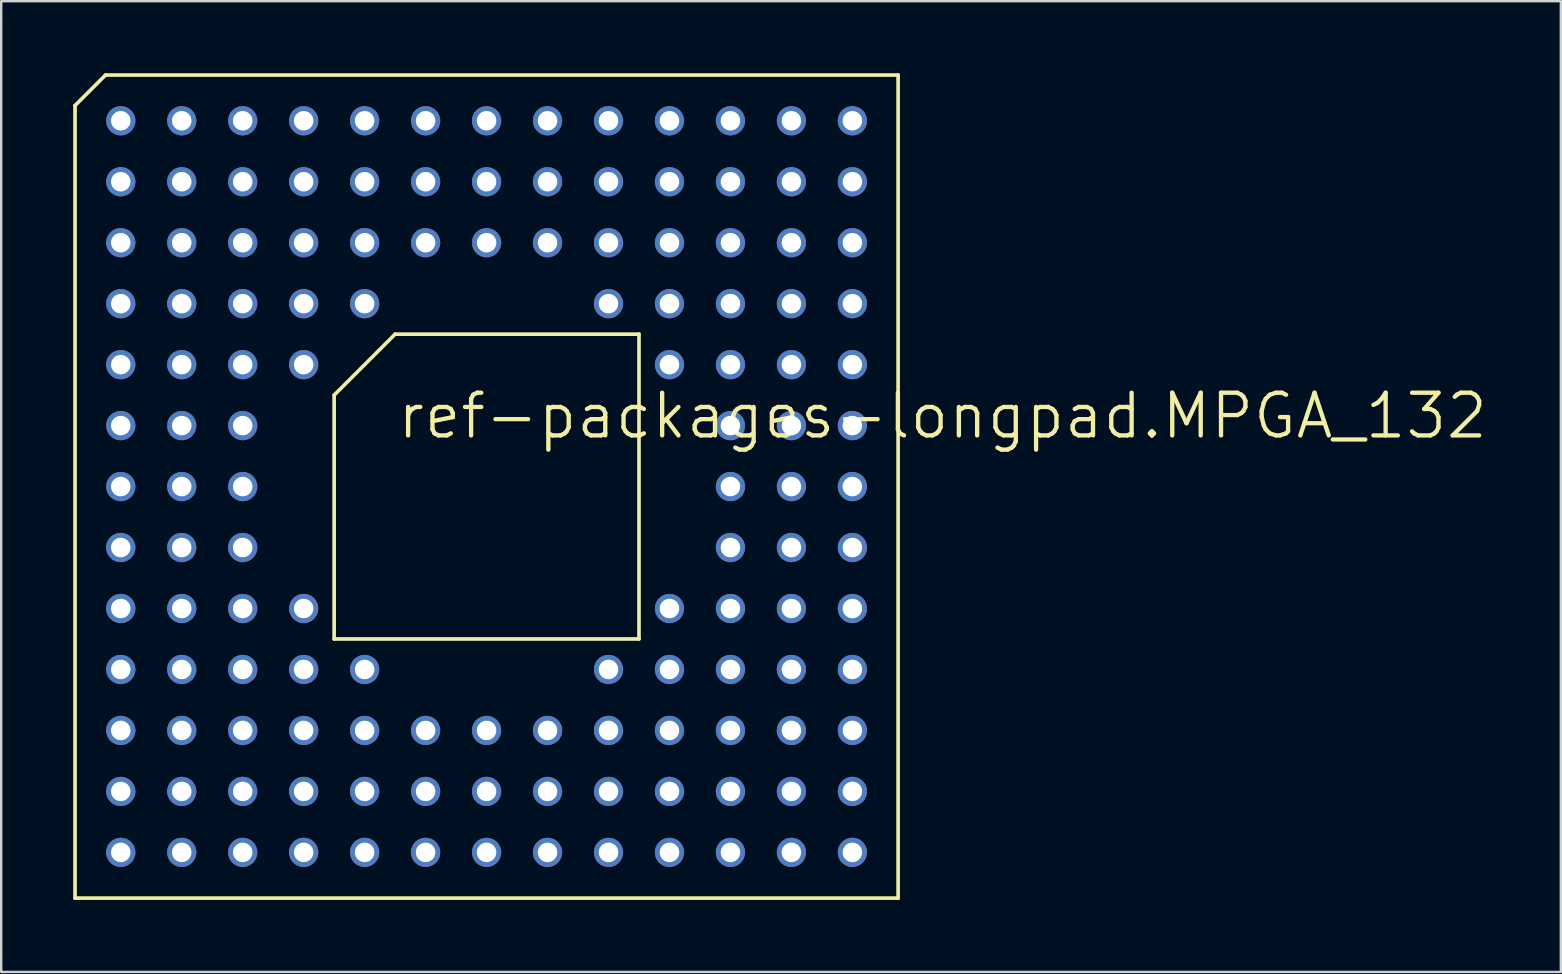
<source format=kicad_pcb>
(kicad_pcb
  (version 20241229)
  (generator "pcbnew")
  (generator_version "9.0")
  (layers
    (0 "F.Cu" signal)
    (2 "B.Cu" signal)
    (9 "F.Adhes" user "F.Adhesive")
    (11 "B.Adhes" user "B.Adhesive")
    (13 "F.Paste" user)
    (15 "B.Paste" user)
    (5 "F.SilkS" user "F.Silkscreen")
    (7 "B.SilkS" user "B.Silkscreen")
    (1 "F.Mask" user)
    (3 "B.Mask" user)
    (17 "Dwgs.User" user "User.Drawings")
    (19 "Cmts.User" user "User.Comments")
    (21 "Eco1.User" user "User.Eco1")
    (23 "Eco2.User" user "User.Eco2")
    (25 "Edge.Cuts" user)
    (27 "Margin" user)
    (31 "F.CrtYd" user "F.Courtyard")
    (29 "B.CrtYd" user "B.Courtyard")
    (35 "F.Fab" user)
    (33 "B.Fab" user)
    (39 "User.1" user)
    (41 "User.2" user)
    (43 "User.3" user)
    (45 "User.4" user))
  (footprint "ref-packages-longpad.MPGA_132"
    (layer "F.Cu")
    (at 17.221 17.221)
    (property "Reference" "ref-packages-longpad.MPGA_132" (at -3.81 -1.905 0) (layer "F.SilkS") (effects (font (size 1.778 1.778) (thickness 0.18)) (justify left bottom)))
    (attr through_hole)
    (fp_line (start -17.145 -15.875) (end -15.875 -17.145) (stroke (width 0.152) (type default)) (layer "F.SilkS"))
    (fp_line (start -17.145 17.145) (end -17.145 -15.875) (stroke (width 0.152) (type default)) (layer "F.SilkS"))
    (fp_line (start -15.875 -17.145) (end 17.145 -17.145) (stroke (width 0.152) (type default)) (layer "F.SilkS"))
    (fp_line (start -6.35 -3.81) (end -6.35 6.35) (stroke (width 0.152) (type default)) (layer "F.SilkS"))
    (fp_line (start -6.35 6.35) (end 6.35 6.35) (stroke (width 0.152) (type default)) (layer "F.SilkS"))
    (fp_line (start -3.81 -6.35) (end -6.35 -3.81) (stroke (width 0.152) (type default)) (layer "F.SilkS"))
    (fp_line (start 6.35 -6.35) (end -3.81 -6.35) (stroke (width 0.152) (type default)) (layer "F.SilkS"))
    (fp_line (start 6.35 6.35) (end 6.35 -6.35) (stroke (width 0.152) (type default)) (layer "F.SilkS"))
    (fp_line (start 17.145 -17.145) (end 17.145 17.145) (stroke (width 0.152) (type default)) (layer "F.SilkS"))
    (fp_line (start 17.145 17.145) (end -17.145 17.145) (stroke (width 0.152) (type default)) (layer "F.SilkS"))
    (pad "A01" thru_hole circle (at -15.24 -15.24 90) (size 1.219 1.219) (drill 0.813) (layers "*.Cu" "*.Mask"))
    (pad "A02" thru_hole circle (at -12.7 -15.24 90) (size 1.219 1.219) (drill 0.813) (layers "*.Cu" "*.Mask"))
    (pad "A03" thru_hole circle (at -10.16 -15.24 90) (size 1.219 1.219) (drill 0.813) (layers "*.Cu" "*.Mask"))
    (pad "A04" thru_hole circle (at -7.62 -15.24 90) (size 1.219 1.219) (drill 0.813) (layers "*.Cu" "*.Mask"))
    (pad "A05" thru_hole circle (at -5.08 -15.24 90) (size 1.219 1.219) (drill 0.813) (layers "*.Cu" "*.Mask"))
    (pad "A06" thru_hole circle (at -2.54 -15.24 90) (size 1.219 1.219) (drill 0.813) (layers "*.Cu" "*.Mask"))
    (pad "A07" thru_hole circle (at 0 -15.24 90) (size 1.219 1.219) (drill 0.813) (layers "*.Cu" "*.Mask"))
    (pad "A08" thru_hole circle (at 2.54 -15.24 90) (size 1.219 1.219) (drill 0.813) (layers "*.Cu" "*.Mask"))
    (pad "A09" thru_hole circle (at 5.08 -15.24 90) (size 1.219 1.219) (drill 0.813) (layers "*.Cu" "*.Mask"))
    (pad "A10" thru_hole circle (at 7.62 -15.24 90) (size 1.219 1.219) (drill 0.813) (layers "*.Cu" "*.Mask"))
    (pad "A11" thru_hole circle (at 10.16 -15.24 90) (size 1.219 1.219) (drill 0.813) (layers "*.Cu" "*.Mask"))
    (pad "A12" thru_hole circle (at 12.7 -15.24 90) (size 1.219 1.219) (drill 0.813) (layers "*.Cu" "*.Mask"))
    (pad "A13" thru_hole circle (at 15.24 -15.24 90) (size 1.219 1.219) (drill 0.813) (layers "*.Cu" "*.Mask"))
    (pad "B01" thru_hole circle (at -15.24 -12.7 90) (size 1.219 1.219) (drill 0.813) (layers "*.Cu" "*.Mask"))
    (pad "B02" thru_hole circle (at -12.7 -12.7 90) (size 1.219 1.219) (drill 0.813) (layers "*.Cu" "*.Mask"))
    (pad "B03" thru_hole circle (at -10.16 -12.7 90) (size 1.219 1.219) (drill 0.813) (layers "*.Cu" "*.Mask"))
    (pad "B04" thru_hole circle (at -7.62 -12.7 90) (size 1.219 1.219) (drill 0.813) (layers "*.Cu" "*.Mask"))
    (pad "B05" thru_hole circle (at -5.08 -12.7 90) (size 1.219 1.219) (drill 0.813) (layers "*.Cu" "*.Mask"))
    (pad "B06" thru_hole circle (at -2.54 -12.7 90) (size 1.219 1.219) (drill 0.813) (layers "*.Cu" "*.Mask"))
    (pad "B07" thru_hole circle (at 0 -12.7 90) (size 1.219 1.219) (drill 0.813) (layers "*.Cu" "*.Mask"))
    (pad "B08" thru_hole circle (at 2.54 -12.7 90) (size 1.219 1.219) (drill 0.813) (layers "*.Cu" "*.Mask"))
    (pad "B09" thru_hole circle (at 5.08 -12.7 90) (size 1.219 1.219) (drill 0.813) (layers "*.Cu" "*.Mask"))
    (pad "B10" thru_hole circle (at 7.62 -12.7 90) (size 1.219 1.219) (drill 0.813) (layers "*.Cu" "*.Mask"))
    (pad "B11" thru_hole circle (at 10.16 -12.7 90) (size 1.219 1.219) (drill 0.813) (layers "*.Cu" "*.Mask"))
    (pad "B12" thru_hole circle (at 12.7 -12.7 90) (size 1.219 1.219) (drill 0.813) (layers "*.Cu" "*.Mask"))
    (pad "B13" thru_hole circle (at 15.24 -12.7 90) (size 1.219 1.219) (drill 0.813) (layers "*.Cu" "*.Mask"))
    (pad "C01" thru_hole circle (at -15.24 -10.16 90) (size 1.219 1.219) (drill 0.813) (layers "*.Cu" "*.Mask"))
    (pad "C02" thru_hole circle (at -12.7 -10.16 90) (size 1.219 1.219) (drill 0.813) (layers "*.Cu" "*.Mask"))
    (pad "C03" thru_hole circle (at -10.16 -10.16 90) (size 1.219 1.219) (drill 0.813) (layers "*.Cu" "*.Mask"))
    (pad "C04" thru_hole circle (at -7.62 -10.16 90) (size 1.219 1.219) (drill 0.813) (layers "*.Cu" "*.Mask"))
    (pad "C05" thru_hole circle (at -5.08 -10.16 90) (size 1.219 1.219) (drill 0.813) (layers "*.Cu" "*.Mask"))
    (pad "C06" thru_hole circle (at -2.54 -10.16 90) (size 1.219 1.219) (drill 0.813) (layers "*.Cu" "*.Mask"))
    (pad "C07" thru_hole circle (at 0 -10.16 90) (size 1.219 1.219) (drill 0.813) (layers "*.Cu" "*.Mask"))
    (pad "C08" thru_hole circle (at 2.54 -10.16 90) (size 1.219 1.219) (drill 0.813) (layers "*.Cu" "*.Mask"))
    (pad "C09" thru_hole circle (at 5.08 -10.16 90) (size 1.219 1.219) (drill 0.813) (layers "*.Cu" "*.Mask"))
    (pad "C10" thru_hole circle (at 7.62 -10.16 90) (size 1.219 1.219) (drill 0.813) (layers "*.Cu" "*.Mask"))
    (pad "C11" thru_hole circle (at 10.16 -10.16 90) (size 1.219 1.219) (drill 0.813) (layers "*.Cu" "*.Mask"))
    (pad "C12" thru_hole circle (at 12.7 -10.16 90) (size 1.219 1.219) (drill 0.813) (layers "*.Cu" "*.Mask"))
    (pad "C13" thru_hole circle (at 15.24 -10.16 90) (size 1.219 1.219) (drill 0.813) (layers "*.Cu" "*.Mask"))
    (pad "D01" thru_hole circle (at -15.24 -7.62 90) (size 1.219 1.219) (drill 0.813) (layers "*.Cu" "*.Mask"))
    (pad "D02" thru_hole circle (at -12.7 -7.62 90) (size 1.219 1.219) (drill 0.813) (layers "*.Cu" "*.Mask"))
    (pad "D03" thru_hole circle (at -10.16 -7.62 90) (size 1.219 1.219) (drill 0.813) (layers "*.Cu" "*.Mask"))
    (pad "D04" thru_hole circle (at -7.62 -7.62 90) (size 1.219 1.219) (drill 0.813) (layers "*.Cu" "*.Mask"))
    (pad "D05" thru_hole circle (at -5.08 -7.62 90) (size 1.219 1.219) (drill 0.813) (layers "*.Cu" "*.Mask"))
    (pad "D09" thru_hole circle (at 5.08 -7.62 90) (size 1.219 1.219) (drill 0.813) (layers "*.Cu" "*.Mask"))
    (pad "D10" thru_hole circle (at 7.62 -7.62 90) (size 1.219 1.219) (drill 0.813) (layers "*.Cu" "*.Mask"))
    (pad "D11" thru_hole circle (at 10.16 -7.62 90) (size 1.219 1.219) (drill 0.813) (layers "*.Cu" "*.Mask"))
    (pad "D12" thru_hole circle (at 12.7 -7.62 90) (size 1.219 1.219) (drill 0.813) (layers "*.Cu" "*.Mask"))
    (pad "D13" thru_hole circle (at 15.24 -7.62 90) (size 1.219 1.219) (drill 0.813) (layers "*.Cu" "*.Mask"))
    (pad "E01" thru_hole circle (at -15.24 -5.08 90) (size 1.219 1.219) (drill 0.813) (layers "*.Cu" "*.Mask"))
    (pad "E02" thru_hole circle (at -12.7 -5.08 90) (size 1.219 1.219) (drill 0.813) (layers "*.Cu" "*.Mask"))
    (pad "E03" thru_hole circle (at -10.16 -5.08 90) (size 1.219 1.219) (drill 0.813) (layers "*.Cu" "*.Mask"))
    (pad "E04" thru_hole circle (at -7.62 -5.08 90) (size 1.219 1.219) (drill 0.813) (layers "*.Cu" "*.Mask"))
    (pad "E10" thru_hole circle (at 7.62 -5.08 90) (size 1.219 1.219) (drill 0.813) (layers "*.Cu" "*.Mask"))
    (pad "E11" thru_hole circle (at 10.16 -5.08 90) (size 1.219 1.219) (drill 0.813) (layers "*.Cu" "*.Mask"))
    (pad "E12" thru_hole circle (at 12.7 -5.08 90) (size 1.219 1.219) (drill 0.813) (layers "*.Cu" "*.Mask"))
    (pad "E13" thru_hole circle (at 15.24 -5.08 90) (size 1.219 1.219) (drill 0.813) (layers "*.Cu" "*.Mask"))
    (pad "F01" thru_hole circle (at -15.24 -2.54 90) (size 1.219 1.219) (drill 0.813) (layers "*.Cu" "*.Mask"))
    (pad "F02" thru_hole circle (at -12.7 -2.54 90) (size 1.219 1.219) (drill 0.813) (layers "*.Cu" "*.Mask"))
    (pad "F03" thru_hole circle (at -10.16 -2.54 90) (size 1.219 1.219) (drill 0.813) (layers "*.Cu" "*.Mask"))
    (pad "F11" thru_hole circle (at 10.16 -2.54 90) (size 1.219 1.219) (drill 0.813) (layers "*.Cu" "*.Mask"))
    (pad "F12" thru_hole circle (at 12.7 -2.54 90) (size 1.219 1.219) (drill 0.813) (layers "*.Cu" "*.Mask"))
    (pad "F13" thru_hole circle (at 15.24 -2.54 90) (size 1.219 1.219) (drill 0.813) (layers "*.Cu" "*.Mask"))
    (pad "G01" thru_hole circle (at -15.24 0 90) (size 1.219 1.219) (drill 0.813) (layers "*.Cu" "*.Mask"))
    (pad "G02" thru_hole circle (at -12.7 0 90) (size 1.219 1.219) (drill 0.813) (layers "*.Cu" "*.Mask"))
    (pad "G03" thru_hole circle (at -10.16 0 90) (size 1.219 1.219) (drill 0.813) (layers "*.Cu" "*.Mask"))
    (pad "G11" thru_hole circle (at 10.16 0 90) (size 1.219 1.219) (drill 0.813) (layers "*.Cu" "*.Mask"))
    (pad "G12" thru_hole circle (at 12.7 0 90) (size 1.219 1.219) (drill 0.813) (layers "*.Cu" "*.Mask"))
    (pad "G13" thru_hole circle (at 15.24 0 90) (size 1.219 1.219) (drill 0.813) (layers "*.Cu" "*.Mask"))
    (pad "H01" thru_hole circle (at -15.24 2.54 90) (size 1.219 1.219) (drill 0.813) (layers "*.Cu" "*.Mask"))
    (pad "H02" thru_hole circle (at -12.7 2.54 90) (size 1.219 1.219) (drill 0.813) (layers "*.Cu" "*.Mask"))
    (pad "H03" thru_hole circle (at -10.16 2.54 90) (size 1.219 1.219) (drill 0.813) (layers "*.Cu" "*.Mask"))
    (pad "H11" thru_hole circle (at 10.16 2.54 90) (size 1.219 1.219) (drill 0.813) (layers "*.Cu" "*.Mask"))
    (pad "H12" thru_hole circle (at 12.7 2.54 90) (size 1.219 1.219) (drill 0.813) (layers "*.Cu" "*.Mask"))
    (pad "H13" thru_hole circle (at 15.24 2.54 90) (size 1.219 1.219) (drill 0.813) (layers "*.Cu" "*.Mask"))
    (pad "J01" thru_hole circle (at -15.24 5.08 90) (size 1.219 1.219) (drill 0.813) (layers "*.Cu" "*.Mask"))
    (pad "J02" thru_hole circle (at -12.7 5.08 90) (size 1.219 1.219) (drill 0.813) (layers "*.Cu" "*.Mask"))
    (pad "J03" thru_hole circle (at -10.16 5.08 90) (size 1.219 1.219) (drill 0.813) (layers "*.Cu" "*.Mask"))
    (pad "J04" thru_hole circle (at -7.62 5.08 90) (size 1.219 1.219) (drill 0.813) (layers "*.Cu" "*.Mask"))
    (pad "J10" thru_hole circle (at 7.62 5.08 90) (size 1.219 1.219) (drill 0.813) (layers "*.Cu" "*.Mask"))
    (pad "J11" thru_hole circle (at 10.16 5.08 90) (size 1.219 1.219) (drill 0.813) (layers "*.Cu" "*.Mask"))
    (pad "J12" thru_hole circle (at 12.7 5.08 90) (size 1.219 1.219) (drill 0.813) (layers "*.Cu" "*.Mask"))
    (pad "J13" thru_hole circle (at 15.24 5.08 90) (size 1.219 1.219) (drill 0.813) (layers "*.Cu" "*.Mask"))
    (pad "K01" thru_hole circle (at -15.24 7.62 90) (size 1.219 1.219) (drill 0.813) (layers "*.Cu" "*.Mask"))
    (pad "K02" thru_hole circle (at -12.7 7.62 90) (size 1.219 1.219) (drill 0.813) (layers "*.Cu" "*.Mask"))
    (pad "K03" thru_hole circle (at -10.16 7.62 90) (size 1.219 1.219) (drill 0.813) (layers "*.Cu" "*.Mask"))
    (pad "K04" thru_hole circle (at -7.62 7.62 90) (size 1.219 1.219) (drill 0.813) (layers "*.Cu" "*.Mask"))
    (pad "K05" thru_hole circle (at -5.08 7.62 90) (size 1.219 1.219) (drill 0.813) (layers "*.Cu" "*.Mask"))
    (pad "K09" thru_hole circle (at 5.08 7.62 90) (size 1.219 1.219) (drill 0.813) (layers "*.Cu" "*.Mask"))
    (pad "K10" thru_hole circle (at 7.62 7.62 90) (size 1.219 1.219) (drill 0.813) (layers "*.Cu" "*.Mask"))
    (pad "K11" thru_hole circle (at 10.16 7.62 90) (size 1.219 1.219) (drill 0.813) (layers "*.Cu" "*.Mask"))
    (pad "K12" thru_hole circle (at 12.7 7.62 90) (size 1.219 1.219) (drill 0.813) (layers "*.Cu" "*.Mask"))
    (pad "K13" thru_hole circle (at 15.24 7.62 90) (size 1.219 1.219) (drill 0.813) (layers "*.Cu" "*.Mask"))
    (pad "L01" thru_hole circle (at -15.24 10.16 90) (size 1.219 1.219) (drill 0.813) (layers "*.Cu" "*.Mask"))
    (pad "L02" thru_hole circle (at -12.7 10.16 90) (size 1.219 1.219) (drill 0.813) (layers "*.Cu" "*.Mask"))
    (pad "L03" thru_hole circle (at -10.16 10.16 90) (size 1.219 1.219) (drill 0.813) (layers "*.Cu" "*.Mask"))
    (pad "L04" thru_hole circle (at -7.62 10.16 90) (size 1.219 1.219) (drill 0.813) (layers "*.Cu" "*.Mask"))
    (pad "L05" thru_hole circle (at -5.08 10.16 90) (size 1.219 1.219) (drill 0.813) (layers "*.Cu" "*.Mask"))
    (pad "L06" thru_hole circle (at -2.54 10.16 90) (size 1.219 1.219) (drill 0.813) (layers "*.Cu" "*.Mask"))
    (pad "L07" thru_hole circle (at 0 10.16 90) (size 1.219 1.219) (drill 0.813) (layers "*.Cu" "*.Mask"))
    (pad "L08" thru_hole circle (at 2.54 10.16 90) (size 1.219 1.219) (drill 0.813) (layers "*.Cu" "*.Mask"))
    (pad "L09" thru_hole circle (at 5.08 10.16 90) (size 1.219 1.219) (drill 0.813) (layers "*.Cu" "*.Mask"))
    (pad "L10" thru_hole circle (at 7.62 10.16 90) (size 1.219 1.219) (drill 0.813) (layers "*.Cu" "*.Mask"))
    (pad "L11" thru_hole circle (at 10.16 10.16 90) (size 1.219 1.219) (drill 0.813) (layers "*.Cu" "*.Mask"))
    (pad "L12" thru_hole circle (at 12.7 10.16 90) (size 1.219 1.219) (drill 0.813) (layers "*.Cu" "*.Mask"))
    (pad "L13" thru_hole circle (at 15.24 10.16 90) (size 1.219 1.219) (drill 0.813) (layers "*.Cu" "*.Mask"))
    (pad "M01" thru_hole circle (at -15.24 12.7 90) (size 1.219 1.219) (drill 0.813) (layers "*.Cu" "*.Mask"))
    (pad "M02" thru_hole circle (at -12.7 12.7 90) (size 1.219 1.219) (drill 0.813) (layers "*.Cu" "*.Mask"))
    (pad "M03" thru_hole circle (at -10.16 12.7 90) (size 1.219 1.219) (drill 0.813) (layers "*.Cu" "*.Mask"))
    (pad "M04" thru_hole circle (at -7.62 12.7 90) (size 1.219 1.219) (drill 0.813) (layers "*.Cu" "*.Mask"))
    (pad "M05" thru_hole circle (at -5.08 12.7 90) (size 1.219 1.219) (drill 0.813) (layers "*.Cu" "*.Mask"))
    (pad "M06" thru_hole circle (at -2.54 12.7 90) (size 1.219 1.219) (drill 0.813) (layers "*.Cu" "*.Mask"))
    (pad "M07" thru_hole circle (at 0 12.7 90) (size 1.219 1.219) (drill 0.813) (layers "*.Cu" "*.Mask"))
    (pad "M08" thru_hole circle (at 2.54 12.7 90) (size 1.219 1.219) (drill 0.813) (layers "*.Cu" "*.Mask"))
    (pad "M09" thru_hole circle (at 5.08 12.7 90) (size 1.219 1.219) (drill 0.813) (layers "*.Cu" "*.Mask"))
    (pad "M10" thru_hole circle (at 7.62 12.7 90) (size 1.219 1.219) (drill 0.813) (layers "*.Cu" "*.Mask"))
    (pad "M11" thru_hole circle (at 10.16 12.7 90) (size 1.219 1.219) (drill 0.813) (layers "*.Cu" "*.Mask"))
    (pad "M12" thru_hole circle (at 12.7 12.7 90) (size 1.219 1.219) (drill 0.813) (layers "*.Cu" "*.Mask"))
    (pad "M13" thru_hole circle (at 15.24 12.7 90) (size 1.219 1.219) (drill 0.813) (layers "*.Cu" "*.Mask"))
    (pad "N01" thru_hole circle (at -15.24 15.24 90) (size 1.219 1.219) (drill 0.813) (layers "*.Cu" "*.Mask"))
    (pad "N02" thru_hole circle (at -12.7 15.24 90) (size 1.219 1.219) (drill 0.813) (layers "*.Cu" "*.Mask"))
    (pad "N03" thru_hole circle (at -10.16 15.24 90) (size 1.219 1.219) (drill 0.813) (layers "*.Cu" "*.Mask"))
    (pad "N04" thru_hole circle (at -7.62 15.24 90) (size 1.219 1.219) (drill 0.813) (layers "*.Cu" "*.Mask"))
    (pad "N05" thru_hole circle (at -5.08 15.24 90) (size 1.219 1.219) (drill 0.813) (layers "*.Cu" "*.Mask"))
    (pad "N06" thru_hole circle (at -2.54 15.24 90) (size 1.219 1.219) (drill 0.813) (layers "*.Cu" "*.Mask"))
    (pad "N07" thru_hole circle (at 0 15.24 90) (size 1.219 1.219) (drill 0.813) (layers "*.Cu" "*.Mask"))
    (pad "N08" thru_hole circle (at 2.54 15.24 90) (size 1.219 1.219) (drill 0.813) (layers "*.Cu" "*.Mask"))
    (pad "N09" thru_hole circle (at 5.08 15.24 90) (size 1.219 1.219) (drill 0.813) (layers "*.Cu" "*.Mask"))
    (pad "N10" thru_hole circle (at 7.62 15.24 90) (size 1.219 1.219) (drill 0.813) (layers "*.Cu" "*.Mask"))
    (pad "N11" thru_hole circle (at 10.16 15.24 90) (size 1.219 1.219) (drill 0.813) (layers "*.Cu" "*.Mask"))
    (pad "N12" thru_hole circle (at 12.7 15.24 90) (size 1.219 1.219) (drill 0.813) (layers "*.Cu" "*.Mask"))
    (pad "N13" thru_hole circle (at 15.24 15.24 90) (size 1.219 1.219) (drill 0.813) (layers "*.Cu" "*.Mask")))
  (gr_rect
    (start -3 -3)
    (end 61.977 37.442)
    (stroke (width 0.1) (type default))
    (fill no)
    (layer "Edge.Cuts")))
</source>
